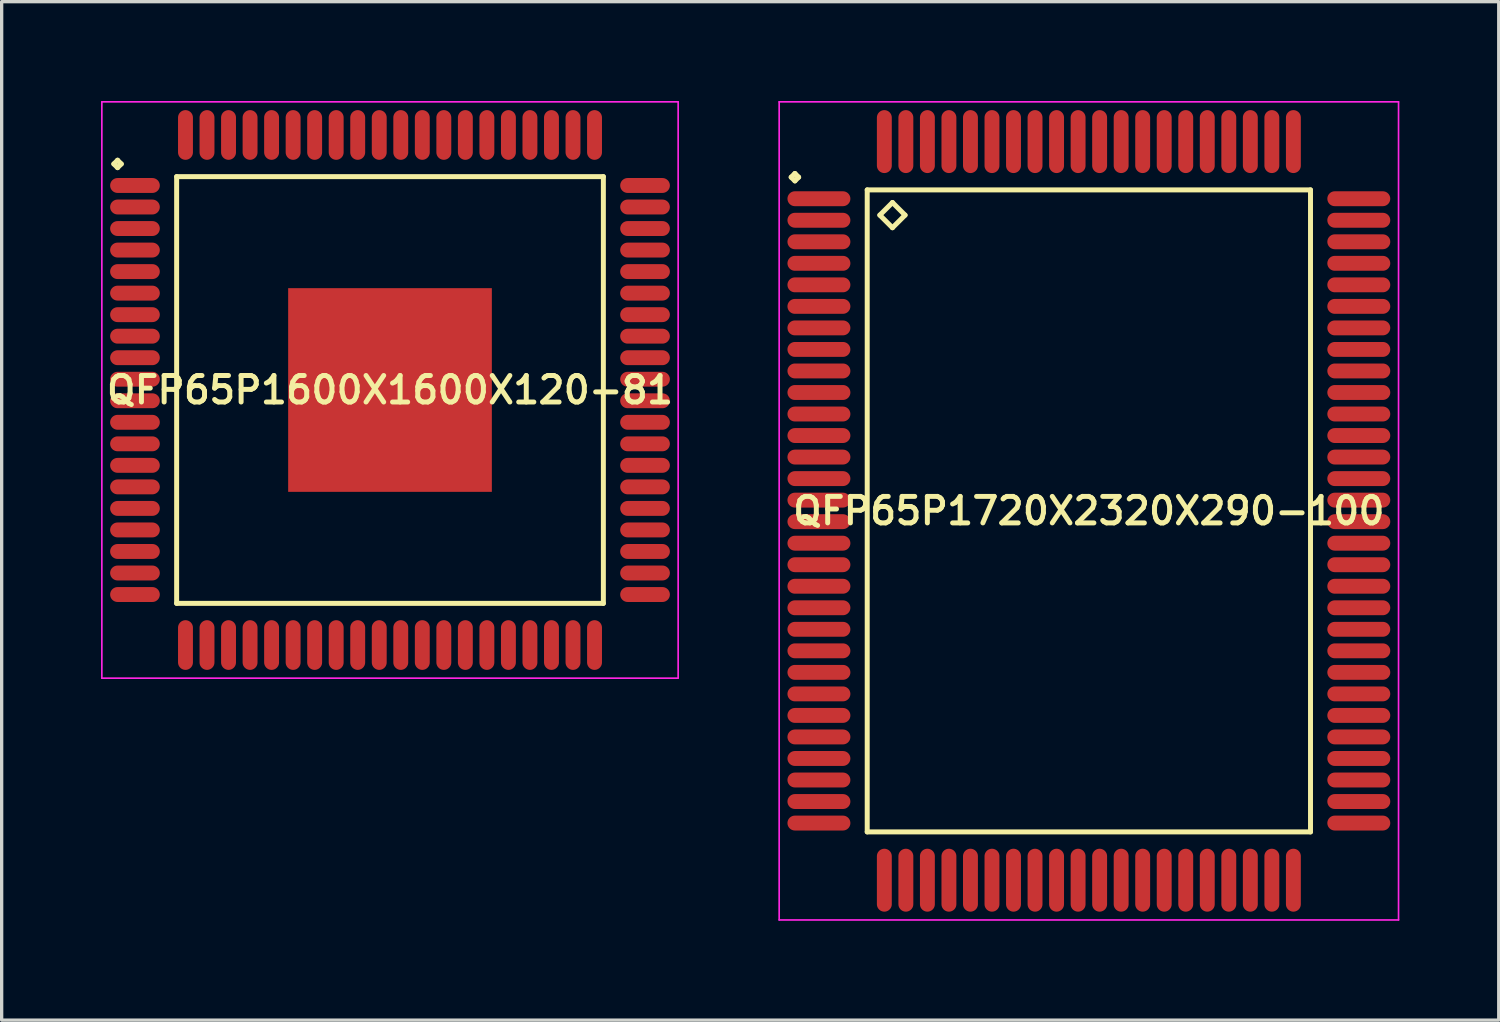
<source format=kicad_pcb>
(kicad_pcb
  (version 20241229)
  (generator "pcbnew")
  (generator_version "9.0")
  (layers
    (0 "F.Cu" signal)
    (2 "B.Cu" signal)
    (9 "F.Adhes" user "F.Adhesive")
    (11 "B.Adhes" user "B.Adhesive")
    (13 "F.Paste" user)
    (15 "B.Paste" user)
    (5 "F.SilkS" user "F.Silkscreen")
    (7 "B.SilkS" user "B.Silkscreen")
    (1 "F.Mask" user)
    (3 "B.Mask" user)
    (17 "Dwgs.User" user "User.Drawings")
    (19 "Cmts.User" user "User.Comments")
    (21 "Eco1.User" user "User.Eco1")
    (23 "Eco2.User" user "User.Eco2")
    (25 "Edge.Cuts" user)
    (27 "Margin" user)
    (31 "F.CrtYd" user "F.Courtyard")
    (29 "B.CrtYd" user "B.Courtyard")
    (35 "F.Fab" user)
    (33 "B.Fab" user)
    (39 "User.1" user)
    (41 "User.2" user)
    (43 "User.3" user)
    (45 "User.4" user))
  (footprint "QFP65P1600X1600X120-81"
    (layer "F.Cu")
    (at 8.725 8.725)
    (property "Reference" "QFP65P1600X1600X120-81" (at 0 0 0) (layer "F.SilkS") (effects (font (size 0.8 0.8) (thickness 0.15))))
    (attr smd)
    (fp_line (start -8.338 -6.825) (end -8.225 -6.938) (stroke (width 0.15) (type solid)) (layer "F.SilkS"))
    (fp_line (start -8.225 -6.938) (end -8.113 -6.825) (stroke (width 0.15) (type solid)) (layer "F.SilkS"))
    (fp_line (start -8.225 -6.713) (end -8.338 -6.825) (stroke (width 0.15) (type solid)) (layer "F.SilkS"))
    (fp_line (start -8.113 -6.825) (end -8.225 -6.713) (stroke (width 0.15) (type solid)) (layer "F.SilkS"))
    (fp_line (start -6.442 -6.442) (end -6.442 6.442) (stroke (width 0.15) (type solid)) (layer "F.SilkS"))
    (fp_line (start -6.442 6.442) (end 6.442 6.442) (stroke (width 0.15) (type solid)) (layer "F.SilkS"))
    (fp_line (start 6.442 -6.442) (end -6.442 -6.442) (stroke (width 0.15) (type solid)) (layer "F.SilkS"))
    (fp_line (start 6.442 6.442) (end 6.442 -6.442) (stroke (width 0.15) (type solid)) (layer "F.SilkS"))
    (fp_line (start -8.7 -8.7) (end 8.7 -8.7) (stroke (width 0.05) (type solid)) (layer "F.CrtYd"))
    (fp_line (start -8.7 8.7) (end -8.7 -8.7) (stroke (width 0.05) (type solid)) (layer "F.CrtYd"))
    (fp_line (start 8.7 -8.7) (end 8.7 8.7) (stroke (width 0.05) (type solid)) (layer "F.CrtYd"))
    (fp_line (start 8.7 8.7) (end -8.7 8.7) (stroke (width 0.05) (type solid)) (layer "F.CrtYd"))
    (pad "1" smd oval (at -7.7 -6.175) (size 1.5 0.45) (layers "F.Cu" "F.Mask" "F.Paste"))
    (pad "2" smd oval (at -7.7 -5.525) (size 1.5 0.45) (layers "F.Cu" "F.Mask" "F.Paste"))
    (pad "3" smd oval (at -7.7 -4.875) (size 1.5 0.45) (layers "F.Cu" "F.Mask" "F.Paste"))
    (pad "4" smd oval (at -7.7 -4.225) (size 1.5 0.45) (layers "F.Cu" "F.Mask" "F.Paste"))
    (pad "5" smd oval (at -7.7 -3.575) (size 1.5 0.45) (layers "F.Cu" "F.Mask" "F.Paste"))
    (pad "6" smd oval (at -7.7 -2.925) (size 1.5 0.45) (layers "F.Cu" "F.Mask" "F.Paste"))
    (pad "7" smd oval (at -7.7 -2.275) (size 1.5 0.45) (layers "F.Cu" "F.Mask" "F.Paste"))
    (pad "8" smd oval (at -7.7 -1.625) (size 1.5 0.45) (layers "F.Cu" "F.Mask" "F.Paste"))
    (pad "9" smd oval (at -7.7 -0.975) (size 1.5 0.45) (layers "F.Cu" "F.Mask" "F.Paste"))
    (pad "10" smd oval (at -7.7 -0.325) (size 1.5 0.45) (layers "F.Cu" "F.Mask" "F.Paste"))
    (pad "11" smd oval (at -7.7 0.325) (size 1.5 0.45) (layers "F.Cu" "F.Mask" "F.Paste"))
    (pad "12" smd oval (at -7.7 0.975) (size 1.5 0.45) (layers "F.Cu" "F.Mask" "F.Paste"))
    (pad "13" smd oval (at -7.7 1.625) (size 1.5 0.45) (layers "F.Cu" "F.Mask" "F.Paste"))
    (pad "14" smd oval (at -7.7 2.275) (size 1.5 0.45) (layers "F.Cu" "F.Mask" "F.Paste"))
    (pad "15" smd oval (at -7.7 2.925) (size 1.5 0.45) (layers "F.Cu" "F.Mask" "F.Paste"))
    (pad "16" smd oval (at -7.7 3.575) (size 1.5 0.45) (layers "F.Cu" "F.Mask" "F.Paste"))
    (pad "17" smd oval (at -7.7 4.225) (size 1.5 0.45) (layers "F.Cu" "F.Mask" "F.Paste"))
    (pad "18" smd oval (at -7.7 4.875) (size 1.5 0.45) (layers "F.Cu" "F.Mask" "F.Paste"))
    (pad "19" smd oval (at -7.7 5.525) (size 1.5 0.45) (layers "F.Cu" "F.Mask" "F.Paste"))
    (pad "20" smd oval (at -7.7 6.175) (size 1.5 0.45) (layers "F.Cu" "F.Mask" "F.Paste"))
    (pad "21" smd oval (at -6.175 7.7) (size 0.45 1.5) (layers "F.Cu" "F.Mask" "F.Paste"))
    (pad "22" smd oval (at -5.525 7.7) (size 0.45 1.5) (layers "F.Cu" "F.Mask" "F.Paste"))
    (pad "23" smd oval (at -4.875 7.7) (size 0.45 1.5) (layers "F.Cu" "F.Mask" "F.Paste"))
    (pad "24" smd oval (at -4.225 7.7) (size 0.45 1.5) (layers "F.Cu" "F.Mask" "F.Paste"))
    (pad "25" smd oval (at -3.575 7.7) (size 0.45 1.5) (layers "F.Cu" "F.Mask" "F.Paste"))
    (pad "26" smd oval (at -2.925 7.7) (size 0.45 1.5) (layers "F.Cu" "F.Mask" "F.Paste"))
    (pad "27" smd oval (at -2.275 7.7) (size 0.45 1.5) (layers "F.Cu" "F.Mask" "F.Paste"))
    (pad "28" smd oval (at -1.625 7.7) (size 0.45 1.5) (layers "F.Cu" "F.Mask" "F.Paste"))
    (pad "29" smd oval (at -0.975 7.7) (size 0.45 1.5) (layers "F.Cu" "F.Mask" "F.Paste"))
    (pad "30" smd oval (at -0.325 7.7) (size 0.45 1.5) (layers "F.Cu" "F.Mask" "F.Paste"))
    (pad "31" smd oval (at 0.325 7.7) (size 0.45 1.5) (layers "F.Cu" "F.Mask" "F.Paste"))
    (pad "32" smd oval (at 0.975 7.7) (size 0.45 1.5) (layers "F.Cu" "F.Mask" "F.Paste"))
    (pad "33" smd oval (at 1.625 7.7) (size 0.45 1.5) (layers "F.Cu" "F.Mask" "F.Paste"))
    (pad "34" smd oval (at 2.275 7.7) (size 0.45 1.5) (layers "F.Cu" "F.Mask" "F.Paste"))
    (pad "35" smd oval (at 2.925 7.7) (size 0.45 1.5) (layers "F.Cu" "F.Mask" "F.Paste"))
    (pad "36" smd oval (at 3.575 7.7) (size 0.45 1.5) (layers "F.Cu" "F.Mask" "F.Paste"))
    (pad "37" smd oval (at 4.225 7.7) (size 0.45 1.5) (layers "F.Cu" "F.Mask" "F.Paste"))
    (pad "38" smd oval (at 4.875 7.7) (size 0.45 1.5) (layers "F.Cu" "F.Mask" "F.Paste"))
    (pad "39" smd oval (at 5.525 7.7) (size 0.45 1.5) (layers "F.Cu" "F.Mask" "F.Paste"))
    (pad "40" smd oval (at 6.175 7.7) (size 0.45 1.5) (layers "F.Cu" "F.Mask" "F.Paste"))
    (pad "41" smd oval (at 7.7 6.175) (size 1.5 0.45) (layers "F.Cu" "F.Mask" "F.Paste"))
    (pad "42" smd oval (at 7.7 5.525) (size 1.5 0.45) (layers "F.Cu" "F.Mask" "F.Paste"))
    (pad "43" smd oval (at 7.7 4.875) (size 1.5 0.45) (layers "F.Cu" "F.Mask" "F.Paste"))
    (pad "44" smd oval (at 7.7 4.225) (size 1.5 0.45) (layers "F.Cu" "F.Mask" "F.Paste"))
    (pad "45" smd oval (at 7.7 3.575) (size 1.5 0.45) (layers "F.Cu" "F.Mask" "F.Paste"))
    (pad "46" smd oval (at 7.7 2.925) (size 1.5 0.45) (layers "F.Cu" "F.Mask" "F.Paste"))
    (pad "47" smd oval (at 7.7 2.275) (size 1.5 0.45) (layers "F.Cu" "F.Mask" "F.Paste"))
    (pad "48" smd oval (at 7.7 1.625) (size 1.5 0.45) (layers "F.Cu" "F.Mask" "F.Paste"))
    (pad "49" smd oval (at 7.7 0.975) (size 1.5 0.45) (layers "F.Cu" "F.Mask" "F.Paste"))
    (pad "50" smd oval (at 7.7 0.325) (size 1.5 0.45) (layers "F.Cu" "F.Mask" "F.Paste"))
    (pad "51" smd oval (at 7.7 -0.325) (size 1.5 0.45) (layers "F.Cu" "F.Mask" "F.Paste"))
    (pad "52" smd oval (at 7.7 -0.975) (size 1.5 0.45) (layers "F.Cu" "F.Mask" "F.Paste"))
    (pad "53" smd oval (at 7.7 -1.625) (size 1.5 0.45) (layers "F.Cu" "F.Mask" "F.Paste"))
    (pad "54" smd oval (at 7.7 -2.275) (size 1.5 0.45) (layers "F.Cu" "F.Mask" "F.Paste"))
    (pad "55" smd oval (at 7.7 -2.925) (size 1.5 0.45) (layers "F.Cu" "F.Mask" "F.Paste"))
    (pad "56" smd oval (at 7.7 -3.575) (size 1.5 0.45) (layers "F.Cu" "F.Mask" "F.Paste"))
    (pad "57" smd oval (at 7.7 -4.225) (size 1.5 0.45) (layers "F.Cu" "F.Mask" "F.Paste"))
    (pad "58" smd oval (at 7.7 -4.875) (size 1.5 0.45) (layers "F.Cu" "F.Mask" "F.Paste"))
    (pad "59" smd oval (at 7.7 -5.525) (size 1.5 0.45) (layers "F.Cu" "F.Mask" "F.Paste"))
    (pad "60" smd oval (at 7.7 -6.175) (size 1.5 0.45) (layers "F.Cu" "F.Mask" "F.Paste"))
    (pad "61" smd oval (at 6.175 -7.7) (size 0.45 1.5) (layers "F.Cu" "F.Mask" "F.Paste"))
    (pad "62" smd oval (at 5.525 -7.7) (size 0.45 1.5) (layers "F.Cu" "F.Mask" "F.Paste"))
    (pad "63" smd oval (at 4.875 -7.7) (size 0.45 1.5) (layers "F.Cu" "F.Mask" "F.Paste"))
    (pad "64" smd oval (at 4.225 -7.7) (size 0.45 1.5) (layers "F.Cu" "F.Mask" "F.Paste"))
    (pad "65" smd oval (at 3.575 -7.7) (size 0.45 1.5) (layers "F.Cu" "F.Mask" "F.Paste"))
    (pad "66" smd oval (at 2.925 -7.7) (size 0.45 1.5) (layers "F.Cu" "F.Mask" "F.Paste"))
    (pad "67" smd oval (at 2.275 -7.7) (size 0.45 1.5) (layers "F.Cu" "F.Mask" "F.Paste"))
    (pad "68" smd oval (at 1.625 -7.7) (size 0.45 1.5) (layers "F.Cu" "F.Mask" "F.Paste"))
    (pad "69" smd oval (at 0.975 -7.7) (size 0.45 1.5) (layers "F.Cu" "F.Mask" "F.Paste"))
    (pad "70" smd oval (at 0.325 -7.7) (size 0.45 1.5) (layers "F.Cu" "F.Mask" "F.Paste"))
    (pad "71" smd oval (at -0.325 -7.7) (size 0.45 1.5) (layers "F.Cu" "F.Mask" "F.Paste"))
    (pad "72" smd oval (at -0.975 -7.7) (size 0.45 1.5) (layers "F.Cu" "F.Mask" "F.Paste"))
    (pad "73" smd oval (at -1.625 -7.7) (size 0.45 1.5) (layers "F.Cu" "F.Mask" "F.Paste"))
    (pad "74" smd oval (at -2.275 -7.7) (size 0.45 1.5) (layers "F.Cu" "F.Mask" "F.Paste"))
    (pad "75" smd oval (at -2.925 -7.7) (size 0.45 1.5) (layers "F.Cu" "F.Mask" "F.Paste"))
    (pad "76" smd oval (at -3.575 -7.7) (size 0.45 1.5) (layers "F.Cu" "F.Mask" "F.Paste"))
    (pad "77" smd oval (at -4.225 -7.7) (size 0.45 1.5) (layers "F.Cu" "F.Mask" "F.Paste"))
    (pad "78" smd oval (at -4.875 -7.7) (size 0.45 1.5) (layers "F.Cu" "F.Mask" "F.Paste"))
    (pad "79" smd oval (at -5.525 -7.7) (size 0.45 1.5) (layers "F.Cu" "F.Mask" "F.Paste"))
    (pad "80" smd oval (at -6.175 -7.7) (size 0.45 1.5) (layers "F.Cu" "F.Mask" "F.Paste"))
    (pad "81" smd rect (at 0 0) (size 6.15 6.15) (layers "F.Cu" "F.Mask" "F.Paste")))
  (footprint "QFP65P1720X2320X290-100"
    (layer "F.Cu")
    (at 29.825 12.375)
    (property "Reference" "QFP65P1720X2320X290-100" (at 0 0 0) (layer "F.SilkS") (effects (font (size 0.8 0.8) (thickness 0.15))))
    (attr smd)
    (fp_line (start -8.988 -10.075) (end -8.875 -10.188) (stroke (width 0.15) (type solid)) (layer "F.SilkS"))
    (fp_line (start -8.875 -10.188) (end -8.762 -10.075) (stroke (width 0.15) (type solid)) (layer "F.SilkS"))
    (fp_line (start -8.875 -9.963) (end -8.988 -10.075) (stroke (width 0.15) (type solid)) (layer "F.SilkS"))
    (fp_line (start -8.762 -10.075) (end -8.875 -9.963) (stroke (width 0.15) (type solid)) (layer "F.SilkS"))
    (fp_line (start -6.692 -9.692) (end -6.692 9.692) (stroke (width 0.15) (type solid)) (layer "F.SilkS"))
    (fp_line (start -6.692 9.692) (end 6.692 9.692) (stroke (width 0.15) (type solid)) (layer "F.SilkS"))
    (fp_line (start -6.311 -8.93) (end -5.93 -9.311) (stroke (width 0.15) (type solid)) (layer "F.SilkS"))
    (fp_line (start -5.93 -9.311) (end -5.549 -8.93) (stroke (width 0.15) (type solid)) (layer "F.SilkS"))
    (fp_line (start -5.93 -8.549) (end -6.311 -8.93) (stroke (width 0.15) (type solid)) (layer "F.SilkS"))
    (fp_line (start -5.549 -8.93) (end -5.93 -8.549) (stroke (width 0.15) (type solid)) (layer "F.SilkS"))
    (fp_line (start 6.692 -9.692) (end -6.692 -9.692) (stroke (width 0.15) (type solid)) (layer "F.SilkS"))
    (fp_line (start 6.692 9.692) (end 6.692 -9.692) (stroke (width 0.15) (type solid)) (layer "F.SilkS"))
    (fp_line (start -9.35 -12.35) (end 9.35 -12.35) (stroke (width 0.05) (type solid)) (layer "F.CrtYd"))
    (fp_line (start -9.35 12.35) (end -9.35 -12.35) (stroke (width 0.05) (type solid)) (layer "F.CrtYd"))
    (fp_line (start 9.35 -12.35) (end 9.35 12.35) (stroke (width 0.05) (type solid)) (layer "F.CrtYd"))
    (fp_line (start 9.35 12.35) (end -9.35 12.35) (stroke (width 0.05) (type solid)) (layer "F.CrtYd"))
    (pad "1" smd oval (at -8.15 -9.425) (size 1.9 0.45) (layers "F.Cu" "F.Mask" "F.Paste"))
    (pad "2" smd oval (at -8.15 -8.775) (size 1.9 0.45) (layers "F.Cu" "F.Mask" "F.Paste"))
    (pad "3" smd oval (at -8.15 -8.125) (size 1.9 0.45) (layers "F.Cu" "F.Mask" "F.Paste"))
    (pad "4" smd oval (at -8.15 -7.475) (size 1.9 0.45) (layers "F.Cu" "F.Mask" "F.Paste"))
    (pad "5" smd oval (at -8.15 -6.825) (size 1.9 0.45) (layers "F.Cu" "F.Mask" "F.Paste"))
    (pad "6" smd oval (at -8.15 -6.175) (size 1.9 0.45) (layers "F.Cu" "F.Mask" "F.Paste"))
    (pad "7" smd oval (at -8.15 -5.525) (size 1.9 0.45) (layers "F.Cu" "F.Mask" "F.Paste"))
    (pad "8" smd oval (at -8.15 -4.875) (size 1.9 0.45) (layers "F.Cu" "F.Mask" "F.Paste"))
    (pad "9" smd oval (at -8.15 -4.225) (size 1.9 0.45) (layers "F.Cu" "F.Mask" "F.Paste"))
    (pad "10" smd oval (at -8.15 -3.575) (size 1.9 0.45) (layers "F.Cu" "F.Mask" "F.Paste"))
    (pad "11" smd oval (at -8.15 -2.925) (size 1.9 0.45) (layers "F.Cu" "F.Mask" "F.Paste"))
    (pad "12" smd oval (at -8.15 -2.275) (size 1.9 0.45) (layers "F.Cu" "F.Mask" "F.Paste"))
    (pad "13" smd oval (at -8.15 -1.625) (size 1.9 0.45) (layers "F.Cu" "F.Mask" "F.Paste"))
    (pad "14" smd oval (at -8.15 -0.975) (size 1.9 0.45) (layers "F.Cu" "F.Mask" "F.Paste"))
    (pad "15" smd oval (at -8.15 -0.325) (size 1.9 0.45) (layers "F.Cu" "F.Mask" "F.Paste"))
    (pad "16" smd oval (at -8.15 0.325) (size 1.9 0.45) (layers "F.Cu" "F.Mask" "F.Paste"))
    (pad "17" smd oval (at -8.15 0.975) (size 1.9 0.45) (layers "F.Cu" "F.Mask" "F.Paste"))
    (pad "18" smd oval (at -8.15 1.625) (size 1.9 0.45) (layers "F.Cu" "F.Mask" "F.Paste"))
    (pad "19" smd oval (at -8.15 2.275) (size 1.9 0.45) (layers "F.Cu" "F.Mask" "F.Paste"))
    (pad "20" smd oval (at -8.15 2.925) (size 1.9 0.45) (layers "F.Cu" "F.Mask" "F.Paste"))
    (pad "21" smd oval (at -8.15 3.575) (size 1.9 0.45) (layers "F.Cu" "F.Mask" "F.Paste"))
    (pad "22" smd oval (at -8.15 4.225) (size 1.9 0.45) (layers "F.Cu" "F.Mask" "F.Paste"))
    (pad "23" smd oval (at -8.15 4.875) (size 1.9 0.45) (layers "F.Cu" "F.Mask" "F.Paste"))
    (pad "24" smd oval (at -8.15 5.525) (size 1.9 0.45) (layers "F.Cu" "F.Mask" "F.Paste"))
    (pad "25" smd oval (at -8.15 6.175) (size 1.9 0.45) (layers "F.Cu" "F.Mask" "F.Paste"))
    (pad "26" smd oval (at -8.15 6.825) (size 1.9 0.45) (layers "F.Cu" "F.Mask" "F.Paste"))
    (pad "27" smd oval (at -8.15 7.475) (size 1.9 0.45) (layers "F.Cu" "F.Mask" "F.Paste"))
    (pad "28" smd oval (at -8.15 8.125) (size 1.9 0.45) (layers "F.Cu" "F.Mask" "F.Paste"))
    (pad "29" smd oval (at -8.15 8.775) (size 1.9 0.45) (layers "F.Cu" "F.Mask" "F.Paste"))
    (pad "30" smd oval (at -8.15 9.425) (size 1.9 0.45) (layers "F.Cu" "F.Mask" "F.Paste"))
    (pad "31" smd oval (at -6.175 11.15) (size 0.45 1.9) (layers "F.Cu" "F.Mask" "F.Paste"))
    (pad "32" smd oval (at -5.525 11.15) (size 0.45 1.9) (layers "F.Cu" "F.Mask" "F.Paste"))
    (pad "33" smd oval (at -4.875 11.15) (size 0.45 1.9) (layers "F.Cu" "F.Mask" "F.Paste"))
    (pad "34" smd oval (at -4.225 11.15) (size 0.45 1.9) (layers "F.Cu" "F.Mask" "F.Paste"))
    (pad "35" smd oval (at -3.575 11.15) (size 0.45 1.9) (layers "F.Cu" "F.Mask" "F.Paste"))
    (pad "36" smd oval (at -2.925 11.15) (size 0.45 1.9) (layers "F.Cu" "F.Mask" "F.Paste"))
    (pad "37" smd oval (at -2.275 11.15) (size 0.45 1.9) (layers "F.Cu" "F.Mask" "F.Paste"))
    (pad "38" smd oval (at -1.625 11.15) (size 0.45 1.9) (layers "F.Cu" "F.Mask" "F.Paste"))
    (pad "39" smd oval (at -0.975 11.15) (size 0.45 1.9) (layers "F.Cu" "F.Mask" "F.Paste"))
    (pad "40" smd oval (at -0.325 11.15) (size 0.45 1.9) (layers "F.Cu" "F.Mask" "F.Paste"))
    (pad "41" smd oval (at 0.325 11.15) (size 0.45 1.9) (layers "F.Cu" "F.Mask" "F.Paste"))
    (pad "42" smd oval (at 0.975 11.15) (size 0.45 1.9) (layers "F.Cu" "F.Mask" "F.Paste"))
    (pad "43" smd oval (at 1.625 11.15) (size 0.45 1.9) (layers "F.Cu" "F.Mask" "F.Paste"))
    (pad "44" smd oval (at 2.275 11.15) (size 0.45 1.9) (layers "F.Cu" "F.Mask" "F.Paste"))
    (pad "45" smd oval (at 2.925 11.15) (size 0.45 1.9) (layers "F.Cu" "F.Mask" "F.Paste"))
    (pad "46" smd oval (at 3.575 11.15) (size 0.45 1.9) (layers "F.Cu" "F.Mask" "F.Paste"))
    (pad "47" smd oval (at 4.225 11.15) (size 0.45 1.9) (layers "F.Cu" "F.Mask" "F.Paste"))
    (pad "48" smd oval (at 4.875 11.15) (size 0.45 1.9) (layers "F.Cu" "F.Mask" "F.Paste"))
    (pad "49" smd oval (at 5.525 11.15) (size 0.45 1.9) (layers "F.Cu" "F.Mask" "F.Paste"))
    (pad "50" smd oval (at 6.175 11.15) (size 0.45 1.9) (layers "F.Cu" "F.Mask" "F.Paste"))
    (pad "51" smd oval (at 8.15 9.425) (size 1.9 0.45) (layers "F.Cu" "F.Mask" "F.Paste"))
    (pad "52" smd oval (at 8.15 8.775) (size 1.9 0.45) (layers "F.Cu" "F.Mask" "F.Paste"))
    (pad "53" smd oval (at 8.15 8.125) (size 1.9 0.45) (layers "F.Cu" "F.Mask" "F.Paste"))
    (pad "54" smd oval (at 8.15 7.475) (size 1.9 0.45) (layers "F.Cu" "F.Mask" "F.Paste"))
    (pad "55" smd oval (at 8.15 6.825) (size 1.9 0.45) (layers "F.Cu" "F.Mask" "F.Paste"))
    (pad "56" smd oval (at 8.15 6.175) (size 1.9 0.45) (layers "F.Cu" "F.Mask" "F.Paste"))
    (pad "57" smd oval (at 8.15 5.525) (size 1.9 0.45) (layers "F.Cu" "F.Mask" "F.Paste"))
    (pad "58" smd oval (at 8.15 4.875) (size 1.9 0.45) (layers "F.Cu" "F.Mask" "F.Paste"))
    (pad "59" smd oval (at 8.15 4.225) (size 1.9 0.45) (layers "F.Cu" "F.Mask" "F.Paste"))
    (pad "60" smd oval (at 8.15 3.575) (size 1.9 0.45) (layers "F.Cu" "F.Mask" "F.Paste"))
    (pad "61" smd oval (at 8.15 2.925) (size 1.9 0.45) (layers "F.Cu" "F.Mask" "F.Paste"))
    (pad "62" smd oval (at 8.15 2.275) (size 1.9 0.45) (layers "F.Cu" "F.Mask" "F.Paste"))
    (pad "63" smd oval (at 8.15 1.625) (size 1.9 0.45) (layers "F.Cu" "F.Mask" "F.Paste"))
    (pad "64" smd oval (at 8.15 0.975) (size 1.9 0.45) (layers "F.Cu" "F.Mask" "F.Paste"))
    (pad "65" smd oval (at 8.15 0.325) (size 1.9 0.45) (layers "F.Cu" "F.Mask" "F.Paste"))
    (pad "66" smd oval (at 8.15 -0.325) (size 1.9 0.45) (layers "F.Cu" "F.Mask" "F.Paste"))
    (pad "67" smd oval (at 8.15 -0.975) (size 1.9 0.45) (layers "F.Cu" "F.Mask" "F.Paste"))
    (pad "68" smd oval (at 8.15 -1.625) (size 1.9 0.45) (layers "F.Cu" "F.Mask" "F.Paste"))
    (pad "69" smd oval (at 8.15 -2.275) (size 1.9 0.45) (layers "F.Cu" "F.Mask" "F.Paste"))
    (pad "70" smd oval (at 8.15 -2.925) (size 1.9 0.45) (layers "F.Cu" "F.Mask" "F.Paste"))
    (pad "71" smd oval (at 8.15 -3.575) (size 1.9 0.45) (layers "F.Cu" "F.Mask" "F.Paste"))
    (pad "72" smd oval (at 8.15 -4.225) (size 1.9 0.45) (layers "F.Cu" "F.Mask" "F.Paste"))
    (pad "73" smd oval (at 8.15 -4.875) (size 1.9 0.45) (layers "F.Cu" "F.Mask" "F.Paste"))
    (pad "74" smd oval (at 8.15 -5.525) (size 1.9 0.45) (layers "F.Cu" "F.Mask" "F.Paste"))
    (pad "75" smd oval (at 8.15 -6.175) (size 1.9 0.45) (layers "F.Cu" "F.Mask" "F.Paste"))
    (pad "76" smd oval (at 8.15 -6.825) (size 1.9 0.45) (layers "F.Cu" "F.Mask" "F.Paste"))
    (pad "77" smd oval (at 8.15 -7.475) (size 1.9 0.45) (layers "F.Cu" "F.Mask" "F.Paste"))
    (pad "78" smd oval (at 8.15 -8.125) (size 1.9 0.45) (layers "F.Cu" "F.Mask" "F.Paste"))
    (pad "79" smd oval (at 8.15 -8.775) (size 1.9 0.45) (layers "F.Cu" "F.Mask" "F.Paste"))
    (pad "80" smd oval (at 8.15 -9.425) (size 1.9 0.45) (layers "F.Cu" "F.Mask" "F.Paste"))
    (pad "81" smd oval (at 6.175 -11.15) (size 0.45 1.9) (layers "F.Cu" "F.Mask" "F.Paste"))
    (pad "82" smd oval (at 5.525 -11.15) (size 0.45 1.9) (layers "F.Cu" "F.Mask" "F.Paste"))
    (pad "83" smd oval (at 4.875 -11.15) (size 0.45 1.9) (layers "F.Cu" "F.Mask" "F.Paste"))
    (pad "84" smd oval (at 4.225 -11.15) (size 0.45 1.9) (layers "F.Cu" "F.Mask" "F.Paste"))
    (pad "85" smd oval (at 3.575 -11.15) (size 0.45 1.9) (layers "F.Cu" "F.Mask" "F.Paste"))
    (pad "86" smd oval (at 2.925 -11.15) (size 0.45 1.9) (layers "F.Cu" "F.Mask" "F.Paste"))
    (pad "87" smd oval (at 2.275 -11.15) (size 0.45 1.9) (layers "F.Cu" "F.Mask" "F.Paste"))
    (pad "88" smd oval (at 1.625 -11.15) (size 0.45 1.9) (layers "F.Cu" "F.Mask" "F.Paste"))
    (pad "89" smd oval (at 0.975 -11.15) (size 0.45 1.9) (layers "F.Cu" "F.Mask" "F.Paste"))
    (pad "90" smd oval (at 0.325 -11.15) (size 0.45 1.9) (layers "F.Cu" "F.Mask" "F.Paste"))
    (pad "91" smd oval (at -0.325 -11.15) (size 0.45 1.9) (layers "F.Cu" "F.Mask" "F.Paste"))
    (pad "92" smd oval (at -0.975 -11.15) (size 0.45 1.9) (layers "F.Cu" "F.Mask" "F.Paste"))
    (pad "93" smd oval (at -1.625 -11.15) (size 0.45 1.9) (layers "F.Cu" "F.Mask" "F.Paste"))
    (pad "94" smd oval (at -2.275 -11.15) (size 0.45 1.9) (layers "F.Cu" "F.Mask" "F.Paste"))
    (pad "95" smd oval (at -2.925 -11.15) (size 0.45 1.9) (layers "F.Cu" "F.Mask" "F.Paste"))
    (pad "96" smd oval (at -3.575 -11.15) (size 0.45 1.9) (layers "F.Cu" "F.Mask" "F.Paste"))
    (pad "97" smd oval (at -4.225 -11.15) (size 0.45 1.9) (layers "F.Cu" "F.Mask" "F.Paste"))
    (pad "98" smd oval (at -4.875 -11.15) (size 0.45 1.9) (layers "F.Cu" "F.Mask" "F.Paste"))
    (pad "99" smd oval (at -5.525 -11.15) (size 0.45 1.9) (layers "F.Cu" "F.Mask" "F.Paste"))
    (pad "100" smd oval (at -6.175 -11.15) (size 0.45 1.9) (layers "F.Cu" "F.Mask" "F.Paste")))
  (gr_rect
    (start -3 -3)
    (end 42.2 27.75)
    (stroke (width 0.1) (type default))
    (fill no)
    (layer "Edge.Cuts")))
</source>
